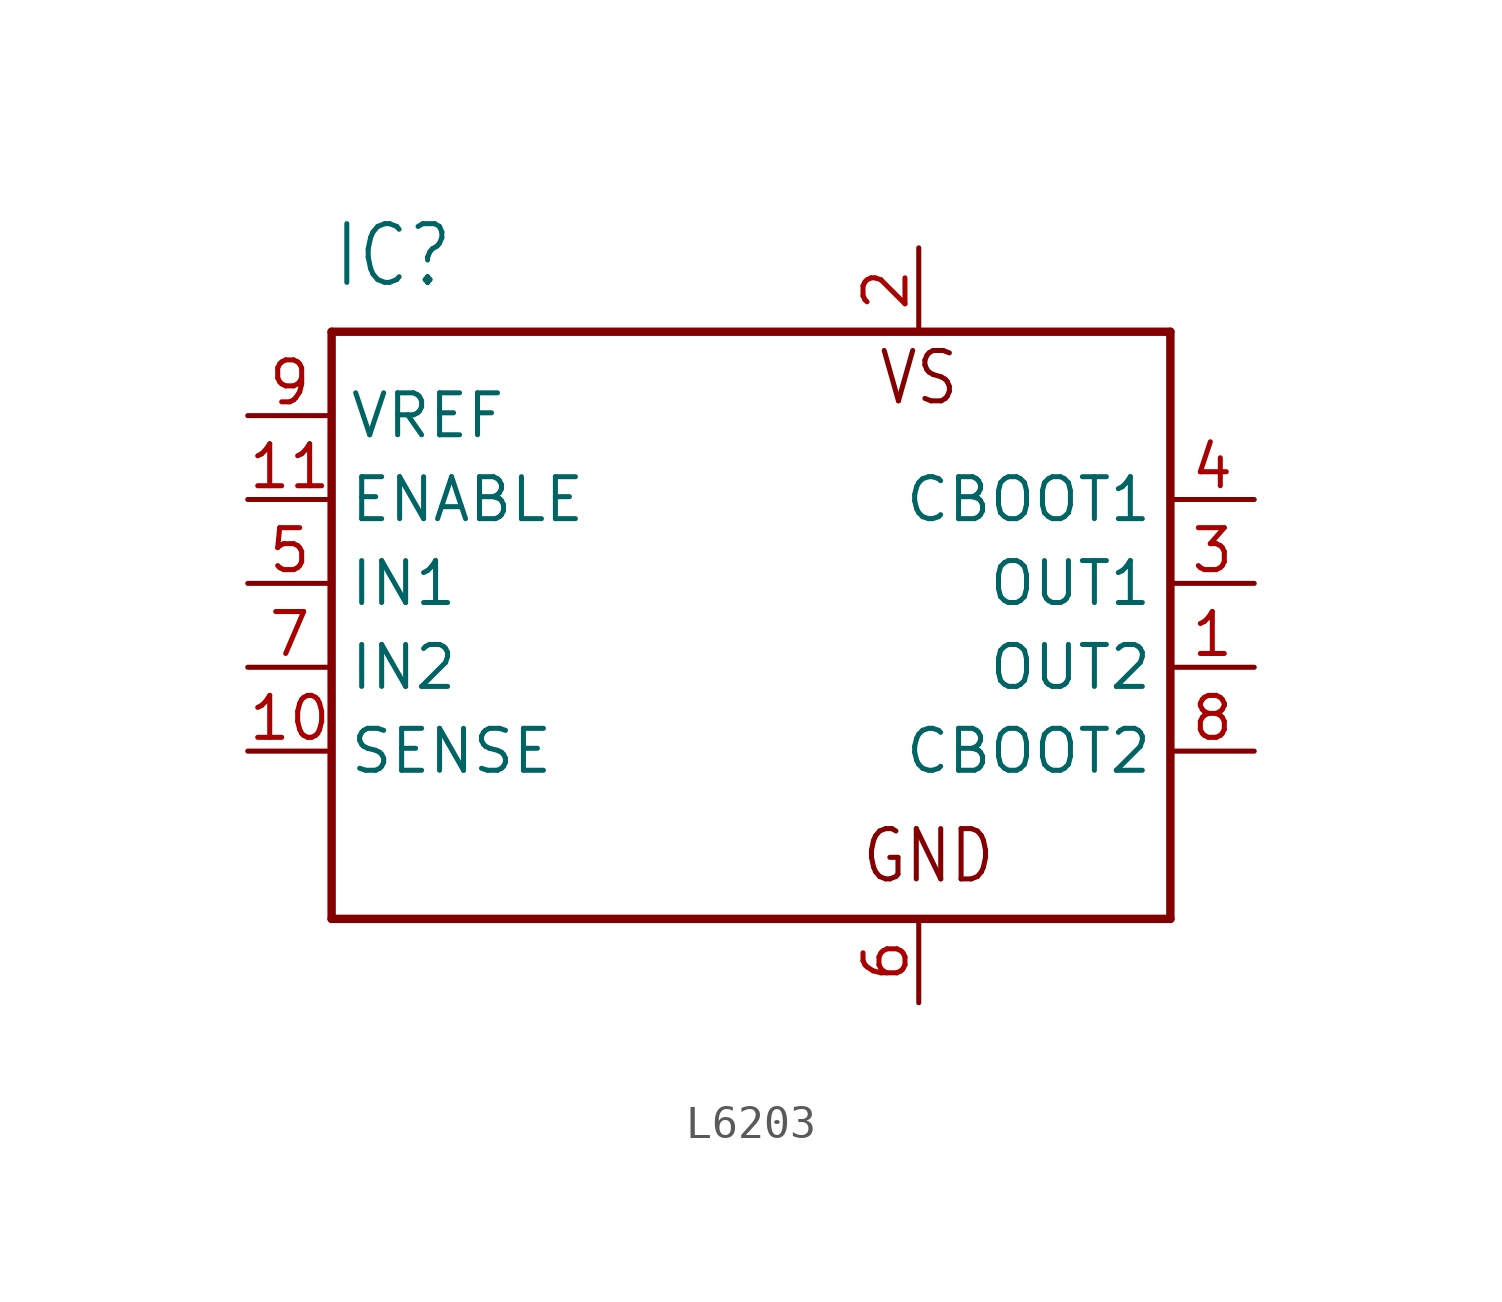
<source format=kicad_sym>
(kicad_symbol_lib
  (version 20231120)
  (generator "kicad_symbol_editor")
  (generator_version "8.0")
  (symbol "L6203"
    (property "Reference" "IC"
      (at -12.7 8.89 0)
      (effects (font (size 1.778 1.511)) (justify left bottom)))
    (property "Value" ""
      (at -12.7 -12.7 0)
      (effects (font (size 1.778 1.511)) (justify left bottom)))
    (property "ki_locked" ""
      (at 0 0 0)
      (effects (font (size 1.27 1.27))))
    (symbol "L6203_1_0"
      (polyline (pts (xy -12.7 -10.16) (xy -12.7 7.62)) (stroke (width 0.254) (type solid)) (fill (type none)))
      (polyline (pts (xy -12.7 7.62) (xy 12.7 7.62)) (stroke (width 0.254) (type solid)) (fill (type none)))
      (polyline (pts (xy 12.7 -10.16) (xy -12.7 -10.16)) (stroke (width 0.254) (type solid)) (fill (type none)))
      (polyline (pts (xy 12.7 7.62) (xy 12.7 -10.16)) (stroke (width 0.254) (type solid)) (fill (type none)))
      (text "GND" (at 3.302 -9.144 0) (effects (font (size 1.524 1.295)) (justify left bottom)))
      (text "VS" (at 3.81 5.334 0) (effects (font (size 1.524 1.295)) (justify left bottom)))
      (pin output line (at 15.24 -2.54 180) (length 2.54) (name "OUT2" (effects (font (size 1.27 1.27)))) (number "1" (effects (font (size 1.27 1.27)))))
      (pin input line (at -15.24 -5.08 0) (length 2.54) (name "SENSE" (effects (font (size 1.27 1.27)))) (number "10" (effects (font (size 1.27 1.27)))))
      (pin input line (at -15.24 2.54 0) (length 2.54) (name "ENABLE" (effects (font (size 1.27 1.27)))) (number "11" (effects (font (size 1.27 1.27)))))
      (pin power_in line (at 5.08 10.16 270) (length 2.54) (name "VS" (effects (font (size 0 0)))) (number "2" (effects (font (size 1.27 1.27)))))
      (pin output line (at 15.24 0 180) (length 2.54) (name "OUT1" (effects (font (size 1.27 1.27)))) (number "3" (effects (font (size 1.27 1.27)))))
      (pin input line (at 15.24 2.54 180) (length 2.54) (name "CBOOT1" (effects (font (size 1.27 1.27)))) (number "4" (effects (font (size 1.27 1.27)))))
      (pin input line (at -15.24 0 0) (length 2.54) (name "IN1" (effects (font (size 1.27 1.27)))) (number "5" (effects (font (size 1.27 1.27)))))
      (pin power_in line (at 5.08 -12.7 90) (length 2.54) (name "GND" (effects (font (size 0 0)))) (number "6" (effects (font (size 1.27 1.27)))))
      (pin input line (at -15.24 -2.54 0) (length 2.54) (name "IN2" (effects (font (size 1.27 1.27)))) (number "7" (effects (font (size 1.27 1.27)))))
      (pin input line (at 15.24 -5.08 180) (length 2.54) (name "CBOOT2" (effects (font (size 1.27 1.27)))) (number "8" (effects (font (size 1.27 1.27)))))
      (pin input line (at -15.24 5.08 0) (length 2.54) (name "VREF" (effects (font (size 1.27 1.27)))) (number "9" (effects (font (size 1.27 1.27))))))))
</source>
